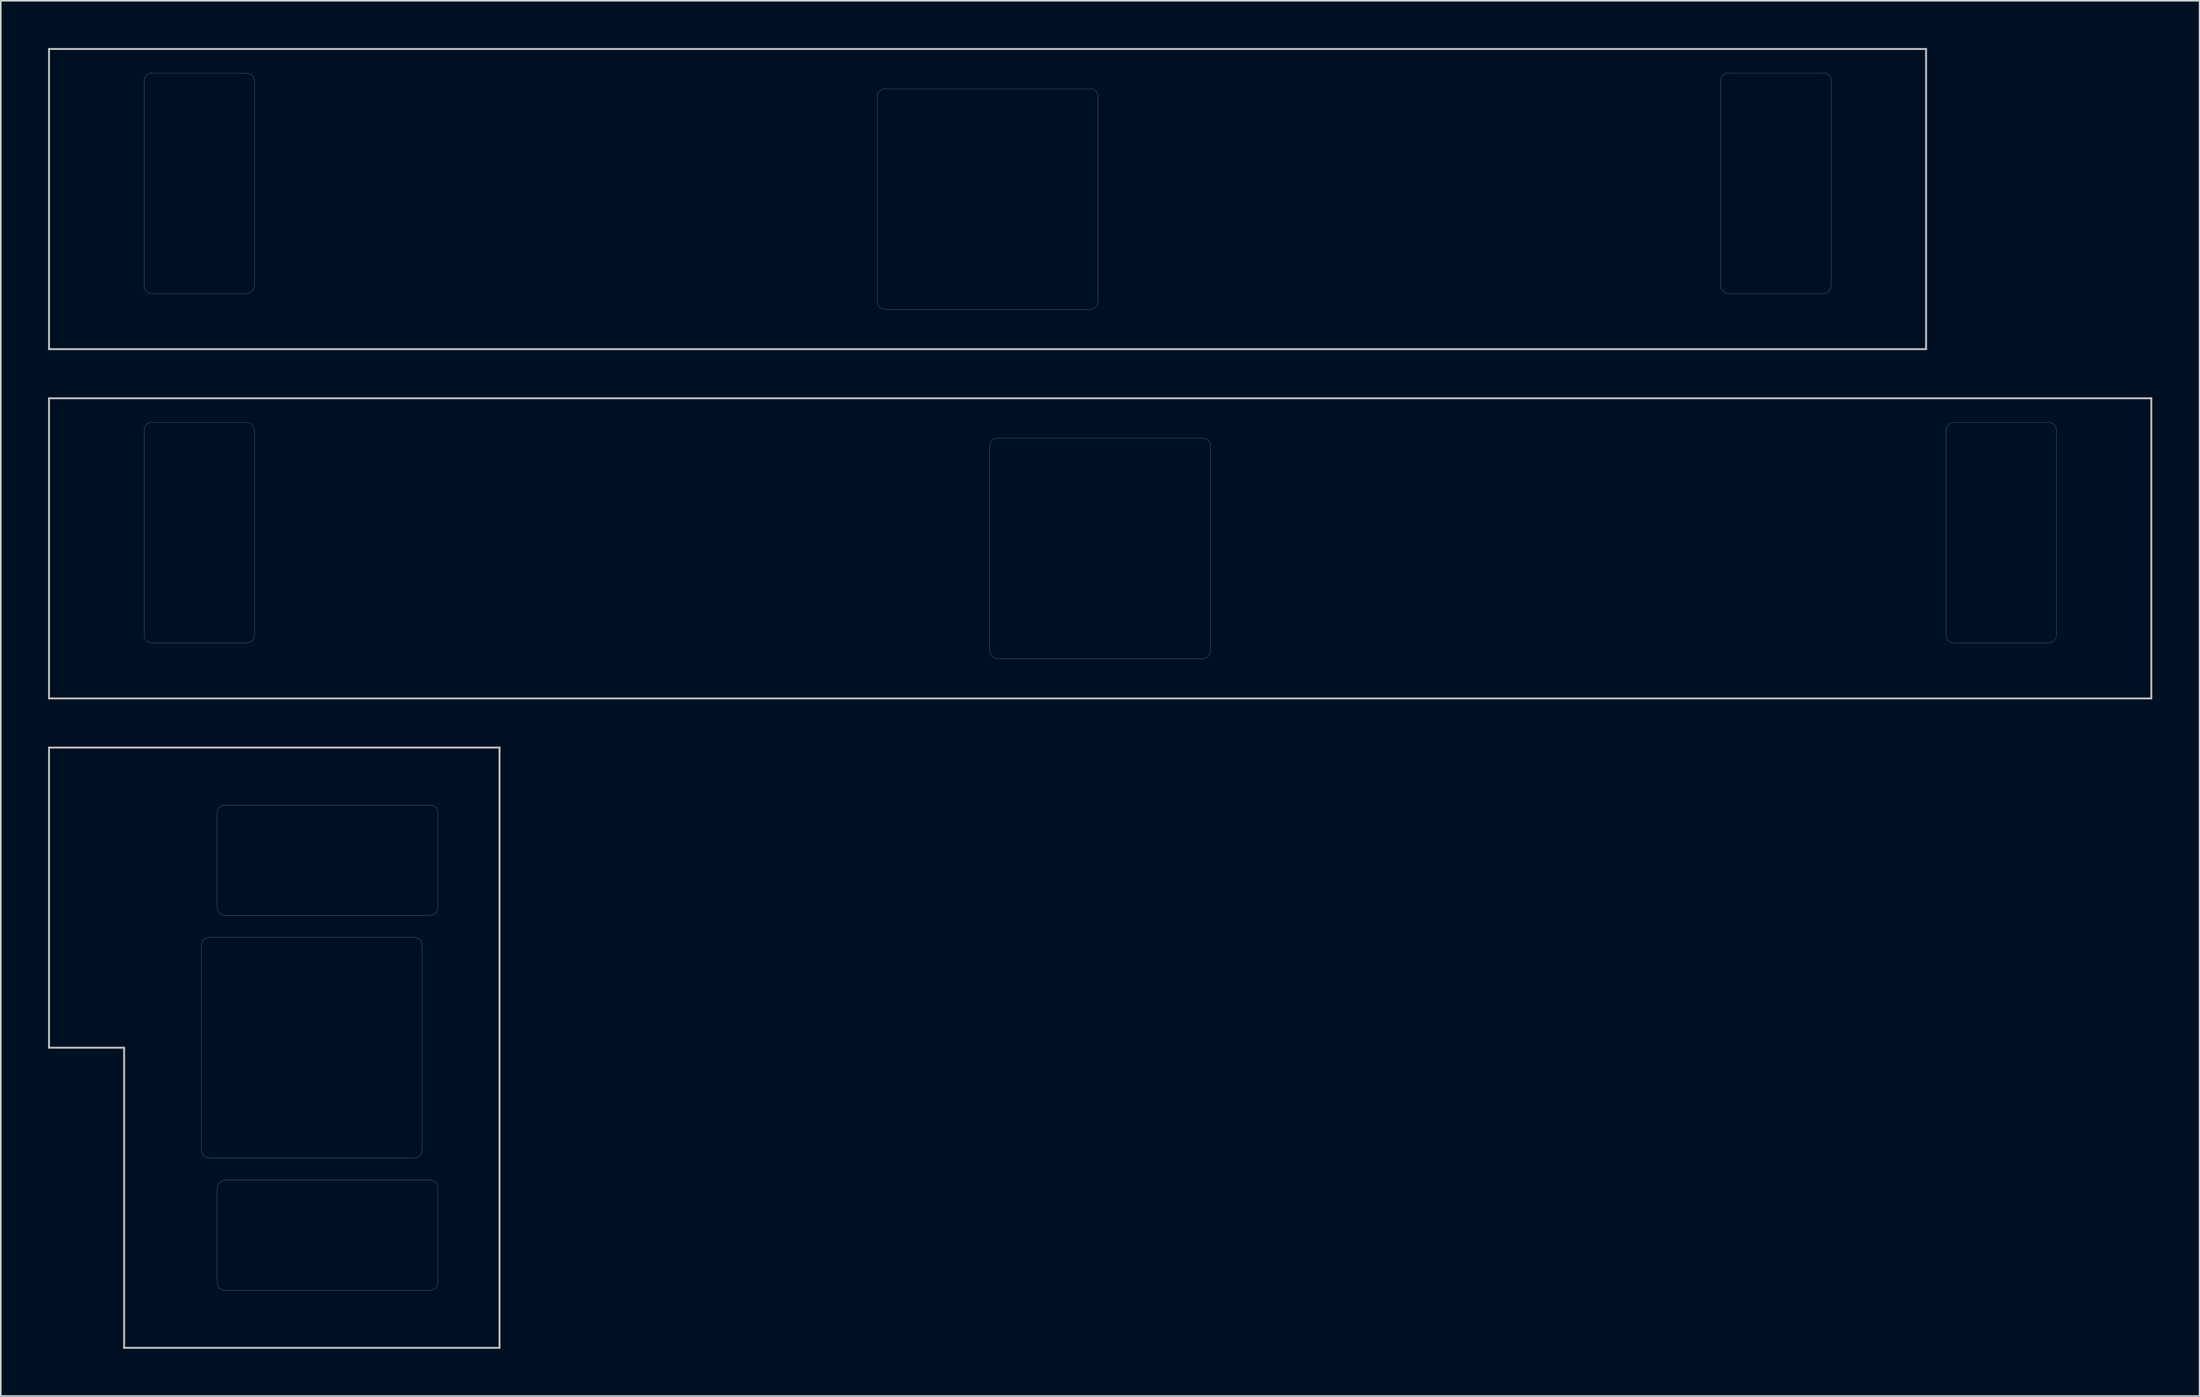
<source format=kicad_pcb>
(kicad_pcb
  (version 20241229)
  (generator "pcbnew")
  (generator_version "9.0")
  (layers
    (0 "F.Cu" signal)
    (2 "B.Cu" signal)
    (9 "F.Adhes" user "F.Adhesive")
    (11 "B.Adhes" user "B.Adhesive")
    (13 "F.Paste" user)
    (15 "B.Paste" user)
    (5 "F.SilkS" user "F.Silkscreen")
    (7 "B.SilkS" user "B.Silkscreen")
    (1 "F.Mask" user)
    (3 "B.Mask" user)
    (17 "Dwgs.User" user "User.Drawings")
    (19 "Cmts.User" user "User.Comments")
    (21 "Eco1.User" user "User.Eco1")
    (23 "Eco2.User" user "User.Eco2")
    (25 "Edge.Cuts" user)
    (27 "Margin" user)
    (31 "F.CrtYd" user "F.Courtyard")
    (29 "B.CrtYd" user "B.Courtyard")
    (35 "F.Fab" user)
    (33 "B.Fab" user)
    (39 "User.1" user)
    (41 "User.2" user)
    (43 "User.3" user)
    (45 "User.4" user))
  (footprint "MX700_reverse"
    (layer "F.Cu")
    (at 66.735 31.755)
    (property "Reference" "MX700_reverse" (at 0 2.381 0) (layer "Eco1.User") (effects (font (size 1 1) (thickness 0.15))))
    (attr through_hole)
    (fp_line (start -66.675 -9.525) (end 66.675 -9.525) (stroke (width 0.12) (type solid)) (layer "Dwgs.User"))
    (fp_line (start -66.675 9.525) (end -66.675 -9.525) (stroke (width 0.12) (type solid)) (layer "Dwgs.User"))
    (fp_line (start 66.675 -9.525) (end 66.675 9.525) (stroke (width 0.12) (type solid)) (layer "Dwgs.User"))
    (fp_line (start 66.675 9.525) (end -66.675 9.525) (stroke (width 0.12) (type solid)) (layer "Dwgs.User"))
    (fp_line (start 0 0) (end -0.5 0) (stroke (width 0.12) (type solid)) (layer "Eco1.User"))
    (fp_line (start 0 0) (end 0 -0.5) (stroke (width 0.12) (type solid)) (layer "Eco1.User"))
    (fp_line (start 0 0) (end 0 0.5) (stroke (width 0.12) (type solid)) (layer "Eco1.User"))
    (fp_line (start 0 0) (end 0.5 0) (stroke (width 0.12) (type solid)) (layer "Eco1.User"))
    (fp_line (start -60.65 -7.5) (end -60.65 5.5) (stroke (width 0.01) (type solid)) (layer "Edge.Cuts"))
    (fp_line (start -60.15 -8) (end -54.15 -8) (stroke (width 0.01) (type solid)) (layer "Edge.Cuts"))
    (fp_line (start -60.15 6) (end -54.15 6) (stroke (width 0.01) (type solid)) (layer "Edge.Cuts"))
    (fp_line (start -53.65 -7.5) (end -53.65 5.5) (stroke (width 0.01) (type solid)) (layer "Edge.Cuts"))
    (fp_line (start -7 -6.5) (end -7 6.5) (stroke (width 0.01) (type solid)) (layer "Edge.Cuts"))
    (fp_line (start -6.5 -7) (end 6.5 -7) (stroke (width 0.01) (type solid)) (layer "Edge.Cuts"))
    (fp_line (start -6.5 7) (end 6.5 7) (stroke (width 0.01) (type solid)) (layer "Edge.Cuts"))
    (fp_line (start 7 -6.5) (end 7 6.5) (stroke (width 0.01) (type solid)) (layer "Edge.Cuts"))
    (fp_line (start 53.65 -7.5) (end 53.65 5.5) (stroke (width 0.01) (type solid)) (layer "Edge.Cuts"))
    (fp_line (start 54.15 -8) (end 60.15 -8) (stroke (width 0.01) (type solid)) (layer "Edge.Cuts"))
    (fp_line (start 54.15 6) (end 60.15 6) (stroke (width 0.01) (type solid)) (layer "Edge.Cuts"))
    (fp_line (start 60.65 -7.5) (end 60.65 5.5) (stroke (width 0.01) (type solid)) (layer "Edge.Cuts"))
    (fp_arc (start -60.65 -7.5) (mid -60.503553 -7.853553) (end -60.15 -8) (stroke (width 0.010007) (type solid)) (layer "Edge.Cuts"))
    (fp_arc (start -60.15 6) (mid -60.503553 5.853553) (end -60.65 5.5) (stroke (width 0.010007) (type solid)) (layer "Edge.Cuts"))
    (fp_arc (start -54.15 -8) (mid -53.796447 -7.853553) (end -53.65 -7.5) (stroke (width 0.010007) (type solid)) (layer "Edge.Cuts"))
    (fp_arc (start -53.65 5.5) (mid -53.796447 5.853553) (end -54.15 6) (stroke (width 0.010007) (type solid)) (layer "Edge.Cuts"))
    (fp_arc (start -7 -6.5) (mid -6.853553 -6.853553) (end -6.5 -7) (stroke (width 0.010007) (type solid)) (layer "Edge.Cuts"))
    (fp_arc (start -6.5 7) (mid -6.853553 6.853553) (end -7 6.5) (stroke (width 0.010007) (type solid)) (layer "Edge.Cuts"))
    (fp_arc (start 6.5 -7) (mid 6.853553 -6.853553) (end 7 -6.5) (stroke (width 0.010007) (type solid)) (layer "Edge.Cuts"))
    (fp_arc (start 6.999672 6.500007) (mid 6.853225 6.85356) (end 6.499672 7.000007) (stroke (width 0.010007) (type solid)) (layer "Edge.Cuts"))
    (fp_arc (start 53.65 -7.5) (mid 53.796447 -7.853553) (end 54.15 -8) (stroke (width 0.010007) (type solid)) (layer "Edge.Cuts"))
    (fp_arc (start 54.15 6) (mid 53.796447 5.853553) (end 53.65 5.5) (stroke (width 0.010007) (type solid)) (layer "Edge.Cuts"))
    (fp_arc (start 60.15 -8) (mid 60.503553 -7.853553) (end 60.65 -7.5) (stroke (width 0.010007) (type solid)) (layer "Edge.Cuts"))
    (fp_arc (start 60.65 5.5) (mid 60.503553 5.853553) (end 60.15 6) (stroke (width 0.010007) (type solid)) (layer "Edge.Cuts")))
  (footprint "MX625_reverse"
    (layer "F.Cu")
    (at 59.591 9.585)
    (property "Reference" "MX625_reverse" (at 0 2.381 0) (layer "Eco1.User") (effects (font (size 1 1) (thickness 0.15))))
    (attr through_hole)
    (fp_line (start -59.531 -9.525) (end 59.531 -9.525) (stroke (width 0.12) (type solid)) (layer "Dwgs.User"))
    (fp_line (start -59.531 9.525) (end -59.531 -9.525) (stroke (width 0.12) (type solid)) (layer "Dwgs.User"))
    (fp_line (start 59.531 -9.525) (end 59.531 9.525) (stroke (width 0.12) (type solid)) (layer "Dwgs.User"))
    (fp_line (start 59.531 9.525) (end -59.531 9.525) (stroke (width 0.12) (type solid)) (layer "Dwgs.User"))
    (fp_line (start 0 0) (end -0.5 0) (stroke (width 0.12) (type solid)) (layer "Eco1.User"))
    (fp_line (start 0 0) (end 0 -0.5) (stroke (width 0.12) (type solid)) (layer "Eco1.User"))
    (fp_line (start 0 0) (end 0 0.5) (stroke (width 0.12) (type solid)) (layer "Eco1.User"))
    (fp_line (start 0 0) (end 0.5 0) (stroke (width 0.12) (type solid)) (layer "Eco1.User"))
    (fp_line (start -53.506 -7.5) (end -53.506 5.5) (stroke (width 0.01) (type solid)) (layer "Edge.Cuts"))
    (fp_line (start -53.006 -8) (end -47.006 -8) (stroke (width 0.01) (type solid)) (layer "Edge.Cuts"))
    (fp_line (start -53.006 6) (end -47.006 6) (stroke (width 0.01) (type solid)) (layer "Edge.Cuts"))
    (fp_line (start -46.506 -7.5) (end -46.506 5.5) (stroke (width 0.01) (type solid)) (layer "Edge.Cuts"))
    (fp_line (start -7 -6.5) (end -7 6.5) (stroke (width 0.01) (type solid)) (layer "Edge.Cuts"))
    (fp_line (start -6.5 -7) (end 6.5 -7) (stroke (width 0.01) (type solid)) (layer "Edge.Cuts"))
    (fp_line (start -6.5 7) (end 6.5 7) (stroke (width 0.01) (type solid)) (layer "Edge.Cuts"))
    (fp_line (start 7 -6.5) (end 7 6.5) (stroke (width 0.01) (type solid)) (layer "Edge.Cuts"))
    (fp_line (start 46.506 -7.5) (end 46.506 5.5) (stroke (width 0.01) (type solid)) (layer "Edge.Cuts"))
    (fp_line (start 47.006 -8) (end 53.006 -8) (stroke (width 0.01) (type solid)) (layer "Edge.Cuts"))
    (fp_line (start 47.006 6) (end 53.006 6) (stroke (width 0.01) (type solid)) (layer "Edge.Cuts"))
    (fp_line (start 53.506 -7.5) (end 53.506 5.5) (stroke (width 0.01) (type solid)) (layer "Edge.Cuts"))
    (fp_arc (start -53.50625 -7.5) (mid -53.359803 -7.853553) (end -53.00625 -8) (stroke (width 0.010007) (type solid)) (layer "Edge.Cuts"))
    (fp_arc (start -53.00625 6) (mid -53.359803 5.853553) (end -53.50625 5.5) (stroke (width 0.010007) (type solid)) (layer "Edge.Cuts"))
    (fp_arc (start -47.00625 -8) (mid -46.652697 -7.853553) (end -46.50625 -7.5) (stroke (width 0.010007) (type solid)) (layer "Edge.Cuts"))
    (fp_arc (start -46.50625 5.5) (mid -46.652697 5.853553) (end -47.00625 6) (stroke (width 0.010007) (type solid)) (layer "Edge.Cuts"))
    (fp_arc (start -7 -6.5) (mid -6.853553 -6.853553) (end -6.5 -7) (stroke (width 0.010007) (type solid)) (layer "Edge.Cuts"))
    (fp_arc (start -6.5 7) (mid -6.853553 6.853553) (end -7 6.5) (stroke (width 0.010007) (type solid)) (layer "Edge.Cuts"))
    (fp_arc (start 6.5 -7) (mid 6.853553 -6.853553) (end 7 -6.5) (stroke (width 0.010007) (type solid)) (layer "Edge.Cuts"))
    (fp_arc (start 6.999672 6.500007) (mid 6.853225 6.85356) (end 6.499672 7.000007) (stroke (width 0.010007) (type solid)) (layer "Edge.Cuts"))
    (fp_arc (start 46.50625 -7.5) (mid 46.652697 -7.853553) (end 47.00625 -8) (stroke (width 0.010007) (type solid)) (layer "Edge.Cuts"))
    (fp_arc (start 47.00625 6) (mid 46.652697 5.853553) (end 46.50625 5.5) (stroke (width 0.010007) (type solid)) (layer "Edge.Cuts"))
    (fp_arc (start 53.00625 -8) (mid 53.359803 -7.853553) (end 53.50625 -7.5) (stroke (width 0.010007) (type solid)) (layer "Edge.Cuts"))
    (fp_arc (start 53.50625 5.5) (mid 53.359803 5.853553) (end 53.00625 6) (stroke (width 0.010007) (type solid)) (layer "Edge.Cuts")))
  (footprint "MX_ISO_Enter_reverse"
    (layer "F.Cu")
    (at 16.729 63.45)
    (property "Reference" "MX_ISO_Enter_reverse" (at -2.381 0 270) (layer "Eco1.User") (effects (font (size 1 1) (thickness 0.15))))
    (attr through_hole)
    (fp_line (start -16.669 -19.05) (end 11.906 -19.05) (stroke (width 0.12) (type solid)) (layer "Dwgs.User"))
    (fp_line (start -16.669 0) (end -16.669 -19.05) (stroke (width 0.12) (type solid)) (layer "Dwgs.User"))
    (fp_line (start -11.906 0) (end -16.669 0) (stroke (width 0.12) (type solid)) (layer "Dwgs.User"))
    (fp_line (start -11.906 19.05) (end -11.906 0) (stroke (width 0.12) (type solid)) (layer "Dwgs.User"))
    (fp_line (start 11.906 -19.05) (end 11.906 19.05) (stroke (width 0.12) (type solid)) (layer "Dwgs.User"))
    (fp_line (start 11.906 19.05) (end -11.906 19.05) (stroke (width 0.12) (type solid)) (layer "Dwgs.User"))
    (fp_line (start 0 0) (end -0.5 0) (stroke (width 0.12) (type solid)) (layer "Eco1.User"))
    (fp_line (start 0 0) (end 0 -0.5) (stroke (width 0.12) (type solid)) (layer "Eco1.User"))
    (fp_line (start 0 0) (end 0 0.5) (stroke (width 0.12) (type solid)) (layer "Eco1.User"))
    (fp_line (start 0 0) (end 0.5 0) (stroke (width 0.12) (type solid)) (layer "Eco1.User"))
    (fp_line (start -7 -6.5) (end -7 6.5) (stroke (width 0.01) (type solid)) (layer "Edge.Cuts"))
    (fp_line (start -6 -14.906) (end -6 -8.906) (stroke (width 0.01) (type solid)) (layer "Edge.Cuts"))
    (fp_line (start -6 8.906) (end -6 14.906) (stroke (width 0.01) (type solid)) (layer "Edge.Cuts"))
    (fp_line (start 6.5 7) (end -6.5 7) (stroke (width 0.01) (type solid)) (layer "Edge.Cuts"))
    (fp_line (start 6.5 -7) (end -6.5 -7) (stroke (width 0.01) (type solid)) (layer "Edge.Cuts"))
    (fp_line (start 7 -6.5) (end 7 6.5) (stroke (width 0.01) (type solid)) (layer "Edge.Cuts"))
    (fp_line (start 7.5 -15.406) (end -5.5 -15.406) (stroke (width 0.01) (type solid)) (layer "Edge.Cuts"))
    (fp_line (start 7.5 -8.406) (end -5.5 -8.406) (stroke (width 0.01) (type solid)) (layer "Edge.Cuts"))
    (fp_line (start 7.5 8.406) (end -5.5 8.406) (stroke (width 0.01) (type solid)) (layer "Edge.Cuts"))
    (fp_line (start 7.5 15.406) (end -5.5 15.406) (stroke (width 0.01) (type solid)) (layer "Edge.Cuts"))
    (fp_line (start 8 -14.906) (end 8 -8.906) (stroke (width 0.01) (type solid)) (layer "Edge.Cuts"))
    (fp_line (start 8 8.906) (end 8 14.906) (stroke (width 0.01) (type solid)) (layer "Edge.Cuts"))
    (fp_arc (start -7 -6.5) (mid -6.853553 -6.853553) (end -6.5 -7) (stroke (width 0.010007) (type solid)) (layer "Edge.Cuts"))
    (fp_arc (start -6.500007 6.999672) (mid -6.85356 6.853225) (end -7.000007 6.499672) (stroke (width 0.010007) (type solid)) (layer "Edge.Cuts"))
    (fp_arc (start -6 -14.90625) (mid -5.853553 -15.259803) (end -5.5 -15.40625) (stroke (width 0.010007) (type solid)) (layer "Edge.Cuts"))
    (fp_arc (start -6 8.90625) (mid -5.853553 8.552697) (end -5.5 8.40625) (stroke (width 0.010007) (type solid)) (layer "Edge.Cuts"))
    (fp_arc (start -5.5 -8.40625) (mid -5.853553 -8.552697) (end -6 -8.90625) (stroke (width 0.010007) (type solid)) (layer "Edge.Cuts"))
    (fp_arc (start -5.5 15.40625) (mid -5.853553 15.259803) (end -6 14.90625) (stroke (width 0.010007) (type solid)) (layer "Edge.Cuts"))
    (fp_arc (start 6.5 -7) (mid 6.853553 -6.853553) (end 7 -6.5) (stroke (width 0.010007) (type solid)) (layer "Edge.Cuts"))
    (fp_arc (start 7 6.5) (mid 6.853553 6.853553) (end 6.5 7) (stroke (width 0.010007) (type solid)) (layer "Edge.Cuts"))
    (fp_arc (start 7.5 -15.40625) (mid 7.853553 -15.259803) (end 8 -14.90625) (stroke (width 0.010007) (type solid)) (layer "Edge.Cuts"))
    (fp_arc (start 7.5 8.40625) (mid 7.853553 8.552697) (end 8 8.90625) (stroke (width 0.010007) (type solid)) (layer "Edge.Cuts"))
    (fp_arc (start 8 -8.90625) (mid 7.853553 -8.552697) (end 7.5 -8.40625) (stroke (width 0.010007) (type solid)) (layer "Edge.Cuts"))
    (fp_arc (start 8 14.90625) (mid 7.853553 15.259803) (end 7.5 15.40625) (stroke (width 0.010007) (type solid)) (layer "Edge.Cuts")))
  (gr_rect
    (start -3 -3)
    (end 136.47 85.56)
    (stroke (width 0.1) (type default))
    (fill no)
    (layer "Edge.Cuts")))
</source>
